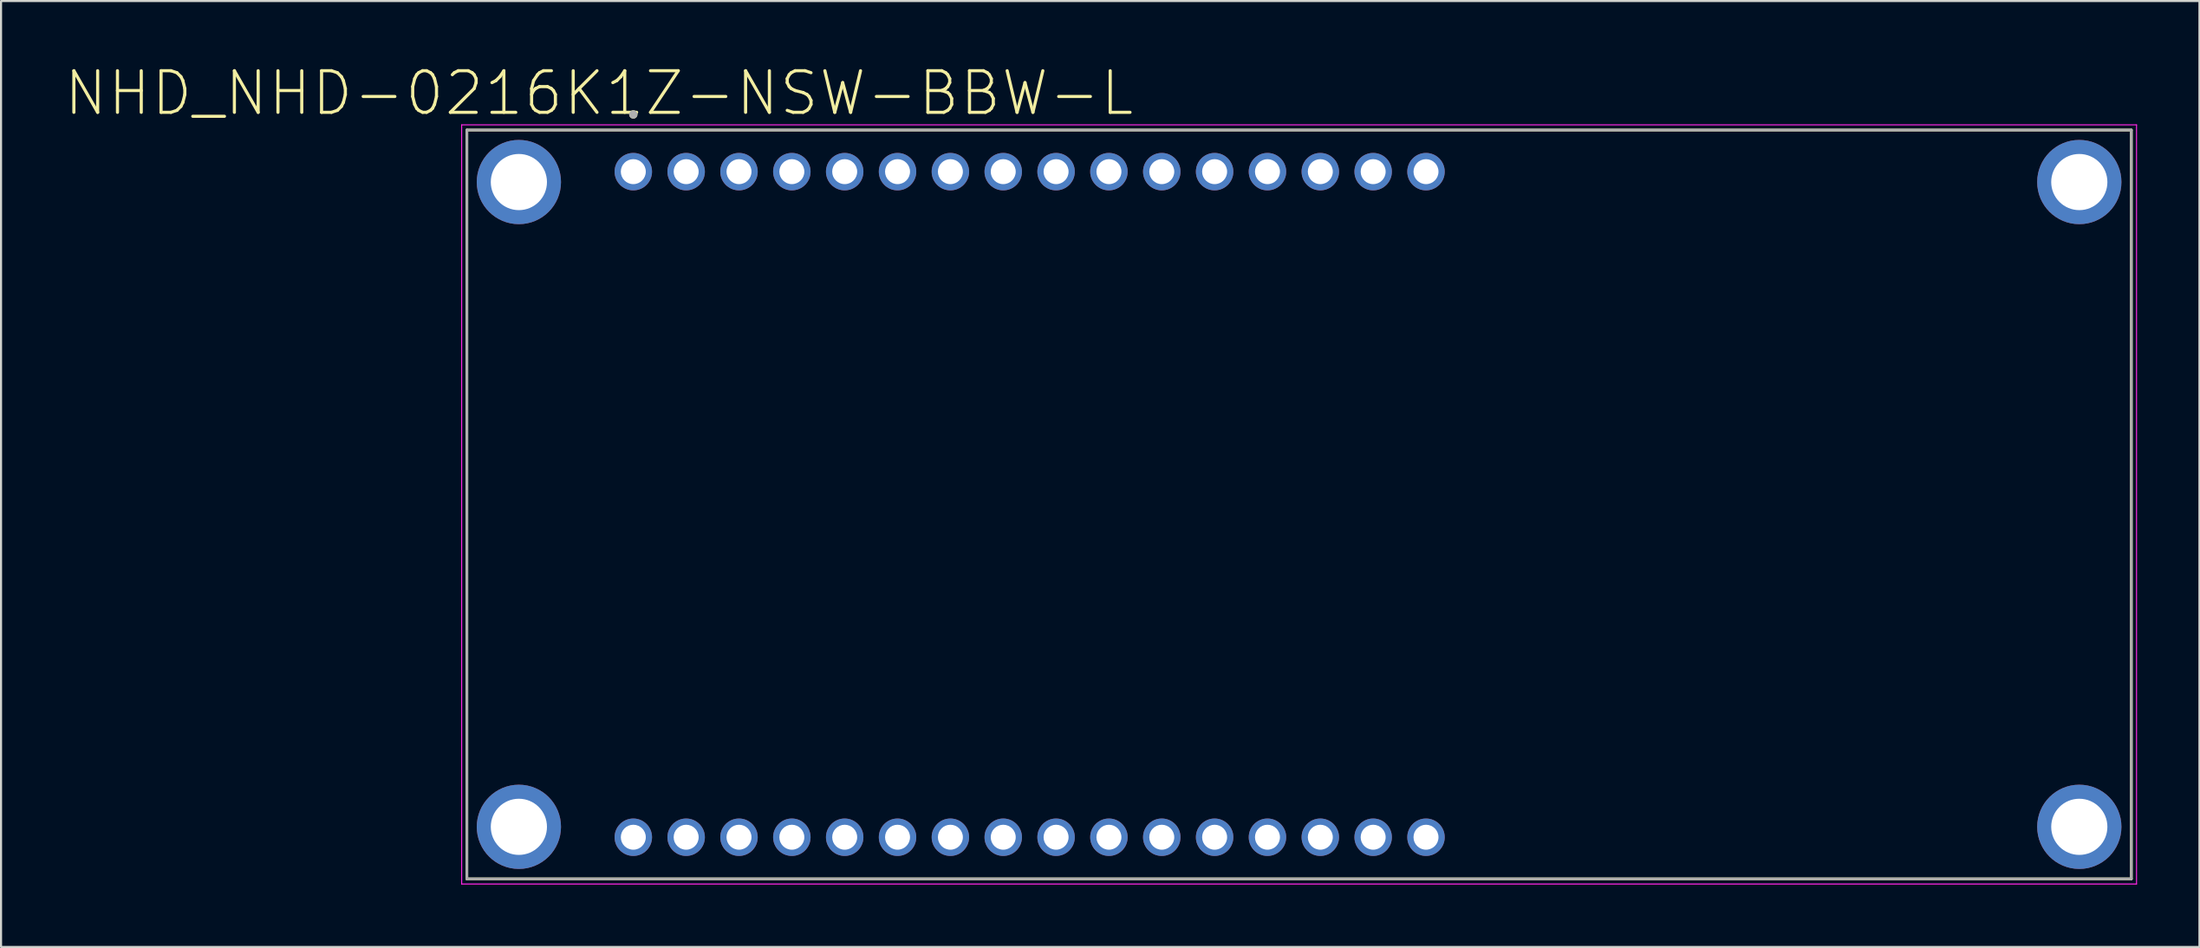
<source format=kicad_pcb>
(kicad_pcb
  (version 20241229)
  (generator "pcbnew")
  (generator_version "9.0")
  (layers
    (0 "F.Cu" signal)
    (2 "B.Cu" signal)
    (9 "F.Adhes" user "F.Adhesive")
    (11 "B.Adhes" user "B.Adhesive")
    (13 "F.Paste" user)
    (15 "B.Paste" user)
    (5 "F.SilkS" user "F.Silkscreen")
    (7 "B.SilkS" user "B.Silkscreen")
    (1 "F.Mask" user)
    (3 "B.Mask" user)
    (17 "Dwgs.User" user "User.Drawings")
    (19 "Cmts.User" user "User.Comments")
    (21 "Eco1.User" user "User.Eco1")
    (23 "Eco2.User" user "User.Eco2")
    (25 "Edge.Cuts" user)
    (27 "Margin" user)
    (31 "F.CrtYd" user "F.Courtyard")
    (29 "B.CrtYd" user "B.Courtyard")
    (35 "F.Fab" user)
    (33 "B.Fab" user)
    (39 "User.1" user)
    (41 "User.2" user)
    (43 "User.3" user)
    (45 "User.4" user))
  (footprint "NHD_NHD-0216K1Z-NSW-BBW-L"
    (layer "F.Cu")
    (at 59.389 21.203)
    (property "Reference" "NHD_NHD-0216K1Z-NSW-BBW-L" (at -33.65 -19.77 0) (layer "F.SilkS") (effects (font (size 2 2) (thickness 0.15))))
    (attr through_hole)
    (fp_line (start -40 -18) (end 40 -18) (stroke (width 0.127) (type solid)) (layer "F.SilkS"))
    (fp_line (start -40 18) (end -40 -18) (stroke (width 0.127) (type solid)) (layer "F.SilkS"))
    (fp_line (start 40 -18) (end 40 18) (stroke (width 0.127) (type solid)) (layer "F.SilkS"))
    (fp_line (start 40 18) (end -40 18) (stroke (width 0.127) (type solid)) (layer "F.SilkS"))
    (fp_circle (center -32 -18.75) (end -31.9 -18.75) (stroke (width 0.2) (type solid)) (fill no) (layer "F.SilkS"))
    (fp_line (start -40.25 -18.25) (end 40.25 -18.25) (stroke (width 0.05) (type solid)) (layer "F.CrtYd"))
    (fp_line (start -40.25 18.25) (end -40.25 -18.25) (stroke (width 0.05) (type solid)) (layer "F.CrtYd"))
    (fp_line (start 40.25 -18.25) (end 40.25 18.25) (stroke (width 0.05) (type solid)) (layer "F.CrtYd"))
    (fp_line (start 40.25 18.25) (end -40.25 18.25) (stroke (width 0.05) (type solid)) (layer "F.CrtYd"))
    (fp_line (start -40 -18) (end 40 -18) (stroke (width 0.127) (type solid)) (layer "F.Fab"))
    (fp_line (start -40 18) (end -40 -18) (stroke (width 0.127) (type solid)) (layer "F.Fab"))
    (fp_line (start 40 -18) (end 40 18) (stroke (width 0.127) (type solid)) (layer "F.Fab"))
    (fp_line (start 40 18) (end -40 18) (stroke (width 0.127) (type solid)) (layer "F.Fab"))
    (fp_circle (center -32 -18.75) (end -31.9 -18.75) (stroke (width 0.2) (type solid)) (fill no) (layer "F.Fab"))
    (pad "1_1" thru_hole circle (at -32 -16) (size 1.8 1.8) (drill 1.2) (layers "*.Cu" "*.Mask"))
    (pad "1_2" thru_hole circle (at -32 16) (size 1.8 1.8) (drill 1.2) (layers "*.Cu" "*.Mask"))
    (pad "2_1" thru_hole circle (at -29.46 -16) (size 1.8 1.8) (drill 1.2) (layers "*.Cu" "*.Mask"))
    (pad "2_2" thru_hole circle (at -29.46 16) (size 1.8 1.8) (drill 1.2) (layers "*.Cu" "*.Mask"))
    (pad "3_1" thru_hole circle (at -26.92 -16) (size 1.8 1.8) (drill 1.2) (layers "*.Cu" "*.Mask"))
    (pad "3_2" thru_hole circle (at -26.92 16) (size 1.8 1.8) (drill 1.2) (layers "*.Cu" "*.Mask"))
    (pad "4_1" thru_hole circle (at -24.38 -16) (size 1.8 1.8) (drill 1.2) (layers "*.Cu" "*.Mask"))
    (pad "4_2" thru_hole circle (at -24.38 16) (size 1.8 1.8) (drill 1.2) (layers "*.Cu" "*.Mask"))
    (pad "5_1" thru_hole circle (at -21.84 -16) (size 1.8 1.8) (drill 1.2) (layers "*.Cu" "*.Mask"))
    (pad "5_2" thru_hole circle (at -21.84 16) (size 1.8 1.8) (drill 1.2) (layers "*.Cu" "*.Mask"))
    (pad "6_1" thru_hole circle (at -19.3 -16) (size 1.8 1.8) (drill 1.2) (layers "*.Cu" "*.Mask"))
    (pad "6_2" thru_hole circle (at -19.3 16) (size 1.8 1.8) (drill 1.2) (layers "*.Cu" "*.Mask"))
    (pad "7_1" thru_hole circle (at -16.76 -16) (size 1.8 1.8) (drill 1.2) (layers "*.Cu" "*.Mask"))
    (pad "7_2" thru_hole circle (at -16.76 16) (size 1.8 1.8) (drill 1.2) (layers "*.Cu" "*.Mask"))
    (pad "8_1" thru_hole circle (at -14.22 -16) (size 1.8 1.8) (drill 1.2) (layers "*.Cu" "*.Mask"))
    (pad "8_2" thru_hole circle (at -14.22 16) (size 1.8 1.8) (drill 1.2) (layers "*.Cu" "*.Mask"))
    (pad "9_1" thru_hole circle (at -11.68 -16) (size 1.8 1.8) (drill 1.2) (layers "*.Cu" "*.Mask"))
    (pad "9_2" thru_hole circle (at -11.68 16) (size 1.8 1.8) (drill 1.2) (layers "*.Cu" "*.Mask"))
    (pad "10_1" thru_hole circle (at -9.14 -16) (size 1.8 1.8) (drill 1.2) (layers "*.Cu" "*.Mask"))
    (pad "10_2" thru_hole circle (at -9.14 16) (size 1.8 1.8) (drill 1.2) (layers "*.Cu" "*.Mask"))
    (pad "11_1" thru_hole circle (at -6.6 -16) (size 1.8 1.8) (drill 1.2) (layers "*.Cu" "*.Mask"))
    (pad "11_2" thru_hole circle (at -6.6 16) (size 1.8 1.8) (drill 1.2) (layers "*.Cu" "*.Mask"))
    (pad "12_1" thru_hole circle (at -4.06 -16) (size 1.8 1.8) (drill 1.2) (layers "*.Cu" "*.Mask"))
    (pad "12_2" thru_hole circle (at -4.06 16) (size 1.8 1.8) (drill 1.2) (layers "*.Cu" "*.Mask"))
    (pad "13_1" thru_hole circle (at -1.52 -16) (size 1.8 1.8) (drill 1.2) (layers "*.Cu" "*.Mask"))
    (pad "13_2" thru_hole circle (at -1.52 16) (size 1.8 1.8) (drill 1.2) (layers "*.Cu" "*.Mask"))
    (pad "14_1" thru_hole circle (at 1.02 -16) (size 1.8 1.8) (drill 1.2) (layers "*.Cu" "*.Mask"))
    (pad "14_2" thru_hole circle (at 1.02 16) (size 1.8 1.8) (drill 1.2) (layers "*.Cu" "*.Mask"))
    (pad "15_1" thru_hole circle (at 3.56 -16) (size 1.8 1.8) (drill 1.2) (layers "*.Cu" "*.Mask"))
    (pad "15_2" thru_hole circle (at 3.56 16) (size 1.8 1.8) (drill 1.2) (layers "*.Cu" "*.Mask"))
    (pad "16_1" thru_hole circle (at 6.1 -16) (size 1.8 1.8) (drill 1.2) (layers "*.Cu" "*.Mask"))
    (pad "16_2" thru_hole circle (at 6.1 16) (size 1.8 1.8) (drill 1.2) (layers "*.Cu" "*.Mask"))
    (pad "S1" thru_hole circle (at -37.5 15.5) (size 4.05 4.05) (drill 2.7) (layers "*.Cu" "*.Mask"))
    (pad "S2" thru_hole circle (at 37.5 15.5) (size 4.05 4.05) (drill 2.7) (layers "*.Cu" "*.Mask"))
    (pad "S3" thru_hole circle (at -37.5 -15.5) (size 4.05 4.05) (drill 2.7) (layers "*.Cu" "*.Mask"))
    (pad "S4" thru_hole circle (at 37.5 -15.5) (size 4.05 4.05) (drill 2.7) (layers "*.Cu" "*.Mask")))
  (gr_rect
    (start -3 -3)
    (end 102.664 42.478)
    (stroke (width 0.1) (type default))
    (fill no)
    (layer "Edge.Cuts")))
</source>
